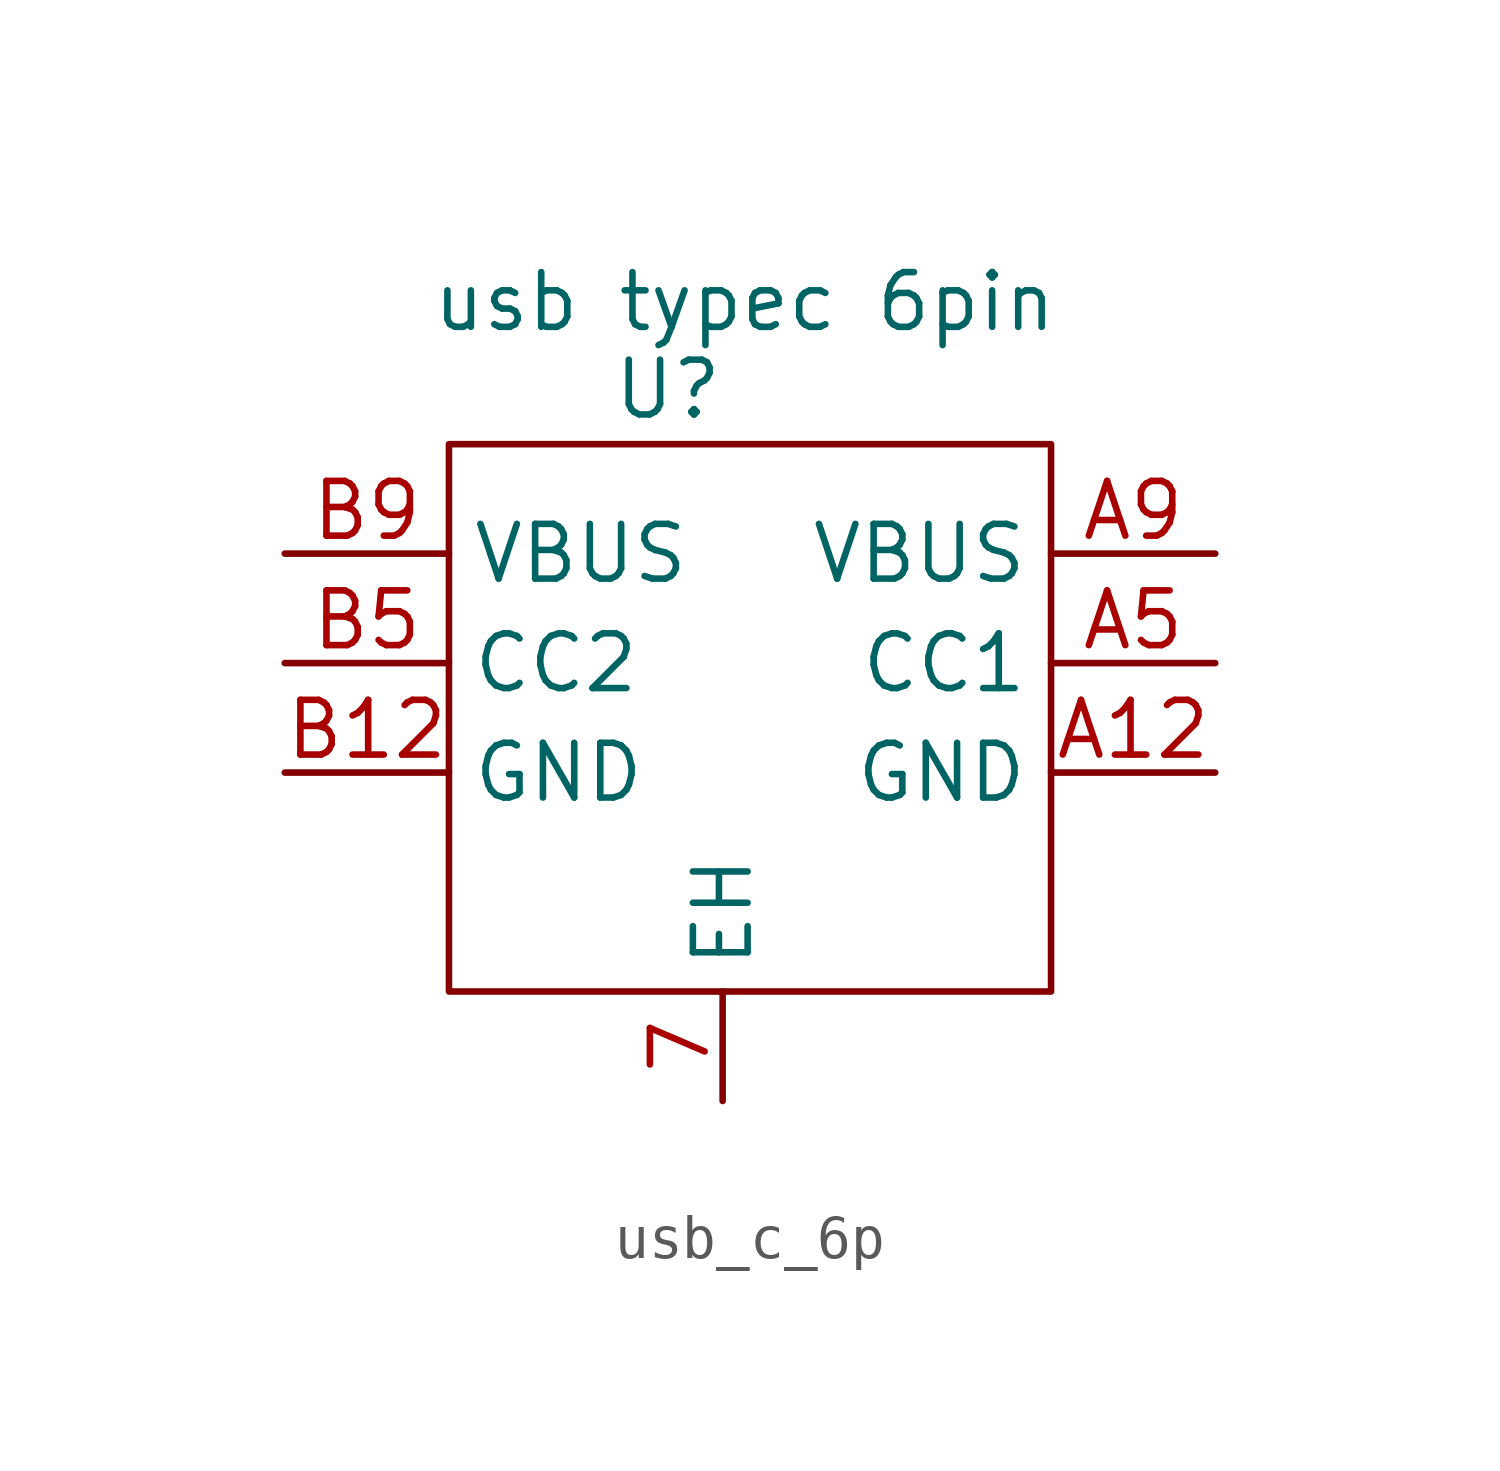
<source format=kicad_sym>
(kicad_symbol_lib
  (version 20231120)
  (generator "kicad_symbol_editor")
  (generator_version "8.0")
  (symbol "usb_c_6p"
    (property "Reference" "U"
      (at 13.97 -5.08 0)
      (effects (font (size 1.27 1.27))))
    (property "Value" "usb typec 6pin"
      (at 15.748 -3.048 0)
      (effects (font (size 1.27 1.27))))
    (symbol "usb_c_6p_0_1"
      (polyline (pts (xy 8.89 -6.35) (xy 22.86 -6.35) (xy 22.86 -19.05) (xy 8.89 -19.05) (xy 8.89 -6.35)) (stroke (width 0) (type default)) (fill (type none))))
    (symbol "usb_c_6p_1_1"
      (pin input line (at 15.24 -21.59 90) (length 2.54) (name "EH" (effects (font (size 1.27 1.27)))) (number "7" (effects (font (size 1.27 1.27)))))
      (pin input line (at 26.67 -13.97 180) (length 3.81) (name "GND" (effects (font (size 1.27 1.27)))) (number "A12" (effects (font (size 1.27 1.27)))))
      (pin input line (at 26.67 -11.43 180) (length 3.81) (name "CC1" (effects (font (size 1.27 1.27)))) (number "A5" (effects (font (size 1.27 1.27)))))
      (pin input line (at 26.67 -8.89 180) (length 3.81) (name "VBUS" (effects (font (size 1.27 1.27)))) (number "A9" (effects (font (size 1.27 1.27)))))
      (pin input line (at 5.08 -13.97 0) (length 3.81) (name "GND" (effects (font (size 1.27 1.27)))) (number "B12" (effects (font (size 1.27 1.27)))))
      (pin input line (at 5.08 -11.43 0) (length 3.81) (name "CC2" (effects (font (size 1.27 1.27)))) (number "B5" (effects (font (size 1.27 1.27)))))
      (pin input line (at 5.08 -8.89 0) (length 3.81) (name "VBUS" (effects (font (size 1.27 1.27)))) (number "B9" (effects (font (size 1.27 1.27))))))))
</source>
